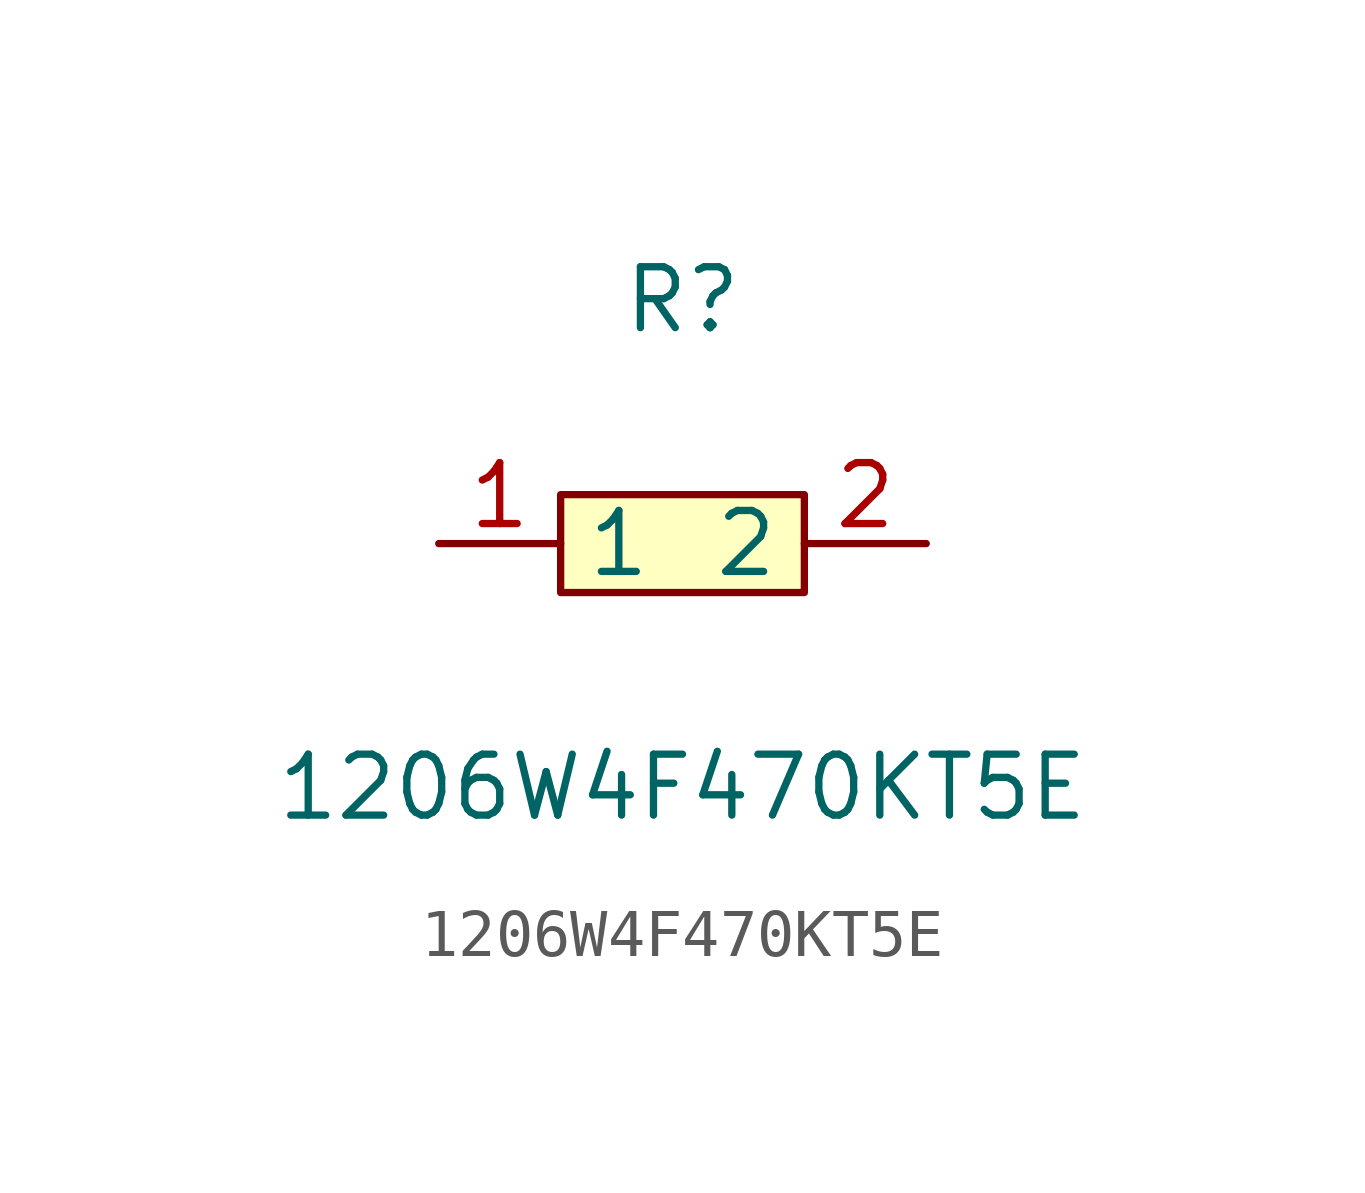
<source format=kicad_sym>
(kicad_symbol_lib
  (version 1)
  (generator "faebryk")
  (symbol "1206W4F470KT5E"
    (property "Reference" "R"
      (at 0 5.08 0)
      (effects (font (size 1.27 1.27)) (hide no)))
    (property "Value" "1206W4F470KT5E"
      (at 0 -5.08 0)
      (effects (font (size 1.27 1.27)) (hide no)))
    (symbol "1206W4F470KT5E_0_1"
      (rectangle (start -2.54 1.02) (end 2.54 -1.02) (stroke (width 0) (type default) (color 0 0 0 0)) (fill (type background)))
      (pin input line (at 5.08 0 180) (length 2.54) (name "2" (effects (font (size 1.27 1.27)) (hide no))) (number "2" (effects (font (size 1.27 1.27)) (hide no))))
      (pin input line (at -5.08 0 0) (length 2.54) (name "1" (effects (font (size 1.27 1.27)) (hide no))) (number "1" (effects (font (size 1.27 1.27)) (hide no)))))))
</source>
